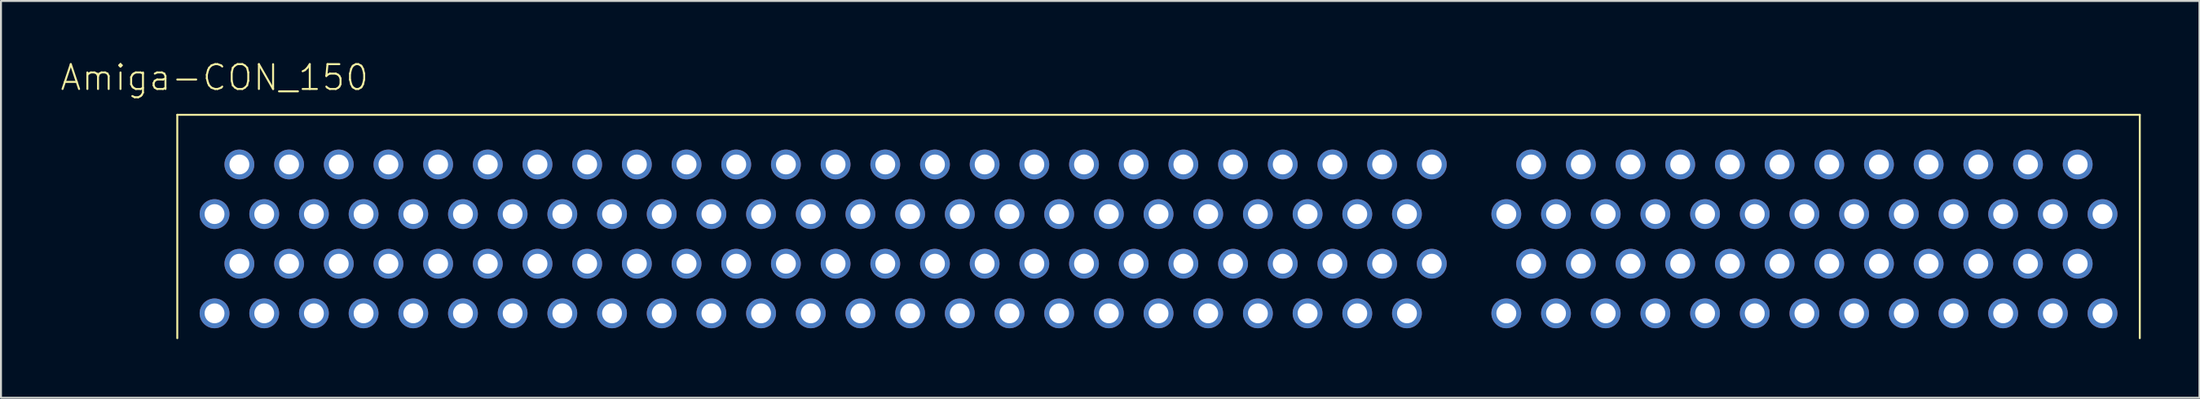
<source format=kicad_pcb>
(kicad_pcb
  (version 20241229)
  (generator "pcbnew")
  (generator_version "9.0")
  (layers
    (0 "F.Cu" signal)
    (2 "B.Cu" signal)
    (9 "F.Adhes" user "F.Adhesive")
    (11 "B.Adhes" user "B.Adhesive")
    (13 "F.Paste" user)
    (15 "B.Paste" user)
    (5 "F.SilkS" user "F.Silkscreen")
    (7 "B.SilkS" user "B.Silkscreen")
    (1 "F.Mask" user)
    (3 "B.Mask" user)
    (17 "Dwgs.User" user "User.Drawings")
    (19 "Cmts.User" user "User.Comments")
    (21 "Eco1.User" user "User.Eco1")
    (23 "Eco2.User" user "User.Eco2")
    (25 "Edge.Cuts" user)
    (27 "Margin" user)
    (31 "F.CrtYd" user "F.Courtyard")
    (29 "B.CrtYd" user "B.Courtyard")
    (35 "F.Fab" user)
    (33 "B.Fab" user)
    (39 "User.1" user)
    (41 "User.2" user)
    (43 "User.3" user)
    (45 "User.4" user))
  (footprint "Amiga-CON_150"
    (layer "F.Cu")
    (at 72.053 9.176)
    (property "Reference" "Amiga-CON_150" (at -64.135 -8.255 0) (layer "F.SilkS") (effects (font (size 1.27 1.27) (thickness 0.102))))
    (attr exclude_from_pos_files exclude_from_bom)
    (fp_line (start -66.04 -6.35) (end -66.04 5.08) (stroke (width 0.1) (type solid)) (layer "F.SilkS"))
    (fp_line (start -66.04 -6.35) (end 34.29 -6.35) (stroke (width 0.1) (type solid)) (layer "F.SilkS"))
    (fp_line (start 34.29 -6.35) (end 34.29 5.08) (stroke (width 0.1) (type solid)) (layer "F.SilkS"))
    (pad "P$1" thru_hole circle (at 32.385 3.81) (size 1.524 1.524) (drill 1.016) (layers "*.Cu" "*.Paste" "*.Mask"))
    (pad "P$2" thru_hole circle (at 32.385 -1.27) (size 1.524 1.524) (drill 1.016) (layers "*.Cu" "*.Paste" "*.Mask"))
    (pad "P$3" thru_hole circle (at 31.115 1.27) (size 1.524 1.524) (drill 1.016) (layers "*.Cu" "*.Paste" "*.Mask"))
    (pad "P$4" thru_hole circle (at 31.115 -3.81) (size 1.524 1.524) (drill 1.016) (layers "*.Cu" "*.Paste" "*.Mask"))
    (pad "P$5" thru_hole circle (at 29.845 3.81) (size 1.524 1.524) (drill 1.016) (layers "*.Cu" "*.Paste" "*.Mask"))
    (pad "P$6" thru_hole circle (at 29.845 -1.27) (size 1.524 1.524) (drill 1.016) (layers "*.Cu" "*.Paste" "*.Mask"))
    (pad "P$7" thru_hole circle (at 28.575 1.27) (size 1.524 1.524) (drill 1.016) (layers "*.Cu" "*.Paste" "*.Mask"))
    (pad "P$8" thru_hole circle (at 28.575 -3.81) (size 1.524 1.524) (drill 1.016) (layers "*.Cu" "*.Paste" "*.Mask"))
    (pad "P$9" thru_hole circle (at 27.305 3.81) (size 1.524 1.524) (drill 1.016) (layers "*.Cu" "*.Paste" "*.Mask"))
    (pad "P$10" thru_hole circle (at 27.305 -1.27) (size 1.524 1.524) (drill 1.016) (layers "*.Cu" "*.Paste" "*.Mask"))
    (pad "P$11" thru_hole circle (at 26.035 1.27) (size 1.524 1.524) (drill 1.016) (layers "*.Cu" "*.Paste" "*.Mask"))
    (pad "P$12" thru_hole circle (at 26.035 -3.81) (size 1.524 1.524) (drill 1.016) (layers "*.Cu" "*.Paste" "*.Mask"))
    (pad "P$13" thru_hole circle (at 24.765 3.81) (size 1.524 1.524) (drill 1.016) (layers "*.Cu" "*.Paste" "*.Mask"))
    (pad "P$14" thru_hole circle (at 24.765 -1.27) (size 1.524 1.524) (drill 1.016) (layers "*.Cu" "*.Paste" "*.Mask"))
    (pad "P$15" thru_hole circle (at 23.495 1.27) (size 1.524 1.524) (drill 1.016) (layers "*.Cu" "*.Paste" "*.Mask"))
    (pad "P$16" thru_hole circle (at 23.495 -3.81) (size 1.524 1.524) (drill 1.016) (layers "*.Cu" "*.Paste" "*.Mask"))
    (pad "P$17" thru_hole circle (at 22.225 3.81) (size 1.524 1.524) (drill 1.016) (layers "*.Cu" "*.Paste" "*.Mask"))
    (pad "P$18" thru_hole circle (at 22.225 -1.27) (size 1.524 1.524) (drill 1.016) (layers "*.Cu" "*.Paste" "*.Mask"))
    (pad "P$19" thru_hole circle (at 20.955 1.27) (size 1.524 1.524) (drill 1.016) (layers "*.Cu" "*.Paste" "*.Mask"))
    (pad "P$20" thru_hole circle (at 20.955 -3.81) (size 1.524 1.524) (drill 1.016) (layers "*.Cu" "*.Paste" "*.Mask"))
    (pad "P$21" thru_hole circle (at 19.685 3.81) (size 1.524 1.524) (drill 1.016) (layers "*.Cu" "*.Paste" "*.Mask"))
    (pad "P$22" thru_hole circle (at 19.685 -1.27) (size 1.524 1.524) (drill 1.016) (layers "*.Cu" "*.Paste" "*.Mask"))
    (pad "P$23" thru_hole circle (at 18.415 1.27) (size 1.524 1.524) (drill 1.016) (layers "*.Cu" "*.Paste" "*.Mask"))
    (pad "P$24" thru_hole circle (at 18.415 -3.81) (size 1.524 1.524) (drill 1.016) (layers "*.Cu" "*.Paste" "*.Mask"))
    (pad "P$25" thru_hole circle (at 17.145 3.81) (size 1.524 1.524) (drill 1.016) (layers "*.Cu" "*.Paste" "*.Mask"))
    (pad "P$26" thru_hole circle (at 17.145 -1.27) (size 1.524 1.524) (drill 1.016) (layers "*.Cu" "*.Paste" "*.Mask"))
    (pad "P$27" thru_hole circle (at 15.875 1.27) (size 1.524 1.524) (drill 1.016) (layers "*.Cu" "*.Paste" "*.Mask"))
    (pad "P$28" thru_hole circle (at 15.875 -3.81) (size 1.524 1.524) (drill 1.016) (layers "*.Cu" "*.Paste" "*.Mask"))
    (pad "P$29" thru_hole circle (at 14.605 3.81) (size 1.524 1.524) (drill 1.016) (layers "*.Cu" "*.Paste" "*.Mask"))
    (pad "P$30" thru_hole circle (at 14.605 -1.27) (size 1.524 1.524) (drill 1.016) (layers "*.Cu" "*.Paste" "*.Mask"))
    (pad "P$31" thru_hole circle (at 13.335 1.27) (size 1.524 1.524) (drill 1.016) (layers "*.Cu" "*.Paste" "*.Mask"))
    (pad "P$32" thru_hole circle (at 13.335 -3.81) (size 1.524 1.524) (drill 1.016) (layers "*.Cu" "*.Paste" "*.Mask"))
    (pad "P$33" thru_hole circle (at 12.065 3.81) (size 1.524 1.524) (drill 1.016) (layers "*.Cu" "*.Paste" "*.Mask"))
    (pad "P$34" thru_hole circle (at 12.065 -1.27) (size 1.524 1.524) (drill 1.016) (layers "*.Cu" "*.Paste" "*.Mask"))
    (pad "P$35" thru_hole circle (at 10.795 1.27) (size 1.524 1.524) (drill 1.016) (layers "*.Cu" "*.Paste" "*.Mask"))
    (pad "P$36" thru_hole circle (at 10.795 -3.81) (size 1.524 1.524) (drill 1.016) (layers "*.Cu" "*.Paste" "*.Mask"))
    (pad "P$37" thru_hole circle (at 9.525 3.81) (size 1.524 1.524) (drill 1.016) (layers "*.Cu" "*.Paste" "*.Mask"))
    (pad "P$38" thru_hole circle (at 9.525 -1.27) (size 1.524 1.524) (drill 1.016) (layers "*.Cu" "*.Paste" "*.Mask"))
    (pad "P$39" thru_hole circle (at 8.255 1.27) (size 1.524 1.524) (drill 1.016) (layers "*.Cu" "*.Paste" "*.Mask"))
    (pad "P$40" thru_hole circle (at 8.255 -3.81) (size 1.524 1.524) (drill 1.016) (layers "*.Cu" "*.Paste" "*.Mask"))
    (pad "P$41" thru_hole circle (at 6.985 3.81) (size 1.524 1.524) (drill 1.016) (layers "*.Cu" "*.Paste" "*.Mask"))
    (pad "P$42" thru_hole circle (at 6.985 -1.27) (size 1.524 1.524) (drill 1.016) (layers "*.Cu" "*.Paste" "*.Mask"))
    (pad "P$43" thru_hole circle (at 5.715 1.27) (size 1.524 1.524) (drill 1.016) (layers "*.Cu" "*.Paste" "*.Mask"))
    (pad "P$44" thru_hole circle (at 5.715 -3.81) (size 1.524 1.524) (drill 1.016) (layers "*.Cu" "*.Paste" "*.Mask"))
    (pad "P$45" thru_hole circle (at 4.445 3.81) (size 1.524 1.524) (drill 1.016) (layers "*.Cu" "*.Paste" "*.Mask"))
    (pad "P$46" thru_hole circle (at 4.445 -1.27) (size 1.524 1.524) (drill 1.016) (layers "*.Cu" "*.Paste" "*.Mask"))
    (pad "P$47" thru_hole circle (at 3.175 1.27) (size 1.524 1.524) (drill 1.016) (layers "*.Cu" "*.Paste" "*.Mask"))
    (pad "P$48" thru_hole circle (at 3.175 -3.81) (size 1.524 1.524) (drill 1.016) (layers "*.Cu" "*.Paste" "*.Mask"))
    (pad "P$49" thru_hole circle (at 1.905 3.81) (size 1.524 1.524) (drill 1.016) (layers "*.Cu" "*.Paste" "*.Mask"))
    (pad "P$50" thru_hole circle (at 1.905 -1.27) (size 1.524 1.524) (drill 1.016) (layers "*.Cu" "*.Paste" "*.Mask"))
    (pad "P$51" thru_hole circle (at -1.905 1.27) (size 1.524 1.524) (drill 1.016) (layers "*.Cu" "*.Paste" "*.Mask"))
    (pad "P$52" thru_hole circle (at -1.905 -3.81) (size 1.524 1.524) (drill 1.016) (layers "*.Cu" "*.Paste" "*.Mask"))
    (pad "P$53" thru_hole circle (at -3.175 3.81) (size 1.524 1.524) (drill 1.016) (layers "*.Cu" "*.Paste" "*.Mask"))
    (pad "P$54" thru_hole circle (at -3.175 -1.27) (size 1.524 1.524) (drill 1.016) (layers "*.Cu" "*.Paste" "*.Mask"))
    (pad "P$55" thru_hole circle (at -4.445 1.27) (size 1.524 1.524) (drill 1.016) (layers "*.Cu" "*.Paste" "*.Mask"))
    (pad "P$56" thru_hole circle (at -4.445 -3.81) (size 1.524 1.524) (drill 1.016) (layers "*.Cu" "*.Paste" "*.Mask"))
    (pad "P$57" thru_hole circle (at -5.715 3.81) (size 1.524 1.524) (drill 1.016) (layers "*.Cu" "*.Paste" "*.Mask"))
    (pad "P$58" thru_hole circle (at -5.715 -1.27) (size 1.524 1.524) (drill 1.016) (layers "*.Cu" "*.Paste" "*.Mask"))
    (pad "P$59" thru_hole circle (at -6.985 1.27) (size 1.524 1.524) (drill 1.016) (layers "*.Cu" "*.Paste" "*.Mask"))
    (pad "P$60" thru_hole circle (at -6.985 -3.81) (size 1.524 1.524) (drill 1.016) (layers "*.Cu" "*.Paste" "*.Mask"))
    (pad "P$61" thru_hole circle (at -8.255 3.81) (size 1.524 1.524) (drill 1.016) (layers "*.Cu" "*.Paste" "*.Mask"))
    (pad "P$62" thru_hole circle (at -8.255 -1.27) (size 1.524 1.524) (drill 1.016) (layers "*.Cu" "*.Paste" "*.Mask"))
    (pad "P$63" thru_hole circle (at -9.525 1.27) (size 1.524 1.524) (drill 1.016) (layers "*.Cu" "*.Paste" "*.Mask"))
    (pad "P$64" thru_hole circle (at -9.525 -3.81) (size 1.524 1.524) (drill 1.016) (layers "*.Cu" "*.Paste" "*.Mask"))
    (pad "P$65" thru_hole circle (at -10.795 3.81) (size 1.524 1.524) (drill 1.016) (layers "*.Cu" "*.Paste" "*.Mask"))
    (pad "P$66" thru_hole circle (at -10.795 -1.27) (size 1.524 1.524) (drill 1.016) (layers "*.Cu" "*.Paste" "*.Mask"))
    (pad "P$67" thru_hole circle (at -12.065 1.27) (size 1.524 1.524) (drill 1.016) (layers "*.Cu" "*.Paste" "*.Mask"))
    (pad "P$68" thru_hole circle (at -12.065 -3.81) (size 1.524 1.524) (drill 1.016) (layers "*.Cu" "*.Paste" "*.Mask"))
    (pad "P$69" thru_hole circle (at -13.335 3.81) (size 1.524 1.524) (drill 1.016) (layers "*.Cu" "*.Paste" "*.Mask"))
    (pad "P$70" thru_hole circle (at -13.335 -1.27) (size 1.524 1.524) (drill 1.016) (layers "*.Cu" "*.Paste" "*.Mask"))
    (pad "P$71" thru_hole circle (at -14.605 1.27) (size 1.524 1.524) (drill 1.016) (layers "*.Cu" "*.Paste" "*.Mask"))
    (pad "P$72" thru_hole circle (at -14.605 -3.81) (size 1.524 1.524) (drill 1.016) (layers "*.Cu" "*.Paste" "*.Mask"))
    (pad "P$73" thru_hole circle (at -15.875 3.81) (size 1.524 1.524) (drill 1.016) (layers "*.Cu" "*.Paste" "*.Mask"))
    (pad "P$74" thru_hole circle (at -15.875 -1.27) (size 1.524 1.524) (drill 1.016) (layers "*.Cu" "*.Paste" "*.Mask"))
    (pad "P$75" thru_hole circle (at -17.145 1.27) (size 1.524 1.524) (drill 1.016) (layers "*.Cu" "*.Paste" "*.Mask"))
    (pad "P$76" thru_hole circle (at -17.145 -3.81) (size 1.524 1.524) (drill 1.016) (layers "*.Cu" "*.Paste" "*.Mask"))
    (pad "P$77" thru_hole circle (at -18.415 3.81) (size 1.524 1.524) (drill 1.016) (layers "*.Cu" "*.Paste" "*.Mask"))
    (pad "P$78" thru_hole circle (at -18.415 -1.27) (size 1.524 1.524) (drill 1.016) (layers "*.Cu" "*.Paste" "*.Mask"))
    (pad "P$79" thru_hole circle (at -19.685 1.27) (size 1.524 1.524) (drill 1.016) (layers "*.Cu" "*.Paste" "*.Mask"))
    (pad "P$80" thru_hole circle (at -19.685 -3.81) (size 1.524 1.524) (drill 1.016) (layers "*.Cu" "*.Paste" "*.Mask"))
    (pad "P$81" thru_hole circle (at -20.955 3.81) (size 1.524 1.524) (drill 1.016) (layers "*.Cu" "*.Paste" "*.Mask"))
    (pad "P$82" thru_hole circle (at -20.955 -1.27) (size 1.524 1.524) (drill 1.016) (layers "*.Cu" "*.Paste" "*.Mask"))
    (pad "P$83" thru_hole circle (at -22.225 1.27) (size 1.524 1.524) (drill 1.016) (layers "*.Cu" "*.Paste" "*.Mask"))
    (pad "P$84" thru_hole circle (at -22.225 -3.81) (size 1.524 1.524) (drill 1.016) (layers "*.Cu" "*.Paste" "*.Mask"))
    (pad "P$85" thru_hole circle (at -23.495 3.81) (size 1.524 1.524) (drill 1.016) (layers "*.Cu" "*.Paste" "*.Mask"))
    (pad "P$86" thru_hole circle (at -23.495 -1.27) (size 1.524 1.524) (drill 1.016) (layers "*.Cu" "*.Paste" "*.Mask"))
    (pad "P$87" thru_hole circle (at -24.765 1.27) (size 1.524 1.524) (drill 1.016) (layers "*.Cu" "*.Paste" "*.Mask"))
    (pad "P$88" thru_hole circle (at -24.765 -3.81) (size 1.524 1.524) (drill 1.016) (layers "*.Cu" "*.Paste" "*.Mask"))
    (pad "P$89" thru_hole circle (at -26.035 3.81) (size 1.524 1.524) (drill 1.016) (layers "*.Cu" "*.Paste" "*.Mask"))
    (pad "P$90" thru_hole circle (at -26.035 -1.27) (size 1.524 1.524) (drill 1.016) (layers "*.Cu" "*.Paste" "*.Mask"))
    (pad "P$91" thru_hole circle (at -27.305 1.27) (size 1.524 1.524) (drill 1.016) (layers "*.Cu" "*.Paste" "*.Mask"))
    (pad "P$92" thru_hole circle (at -27.305 -3.81) (size 1.524 1.524) (drill 1.016) (layers "*.Cu" "*.Paste" "*.Mask"))
    (pad "P$93" thru_hole circle (at -28.575 3.81) (size 1.524 1.524) (drill 1.016) (layers "*.Cu" "*.Paste" "*.Mask"))
    (pad "P$94" thru_hole circle (at -28.575 -1.27) (size 1.524 1.524) (drill 1.016) (layers "*.Cu" "*.Paste" "*.Mask"))
    (pad "P$95" thru_hole circle (at -29.845 1.27) (size 1.524 1.524) (drill 1.016) (layers "*.Cu" "*.Paste" "*.Mask"))
    (pad "P$96" thru_hole circle (at -29.845 -3.81) (size 1.524 1.524) (drill 1.016) (layers "*.Cu" "*.Paste" "*.Mask"))
    (pad "P$97" thru_hole circle (at -31.115 3.81) (size 1.524 1.524) (drill 1.016) (layers "*.Cu" "*.Paste" "*.Mask"))
    (pad "P$98" thru_hole circle (at -31.115 -1.27) (size 1.524 1.524) (drill 1.016) (layers "*.Cu" "*.Paste" "*.Mask"))
    (pad "P$99" thru_hole circle (at -32.385 1.27) (size 1.524 1.524) (drill 1.016) (layers "*.Cu" "*.Paste" "*.Mask"))
    (pad "P$100" thru_hole circle (at -32.385 -3.81) (size 1.524 1.524) (drill 1.016) (layers "*.Cu" "*.Paste" "*.Mask"))
    (pad "P$101" thru_hole circle (at -33.655 3.81) (size 1.524 1.524) (drill 1.016) (layers "*.Cu" "*.Paste" "*.Mask"))
    (pad "P$102" thru_hole circle (at -33.655 -1.27) (size 1.524 1.524) (drill 1.016) (layers "*.Cu" "*.Paste" "*.Mask"))
    (pad "P$103" thru_hole circle (at -34.925 1.27) (size 1.524 1.524) (drill 1.016) (layers "*.Cu" "*.Paste" "*.Mask"))
    (pad "P$104" thru_hole circle (at -34.925 -3.81) (size 1.524 1.524) (drill 1.016) (layers "*.Cu" "*.Paste" "*.Mask"))
    (pad "P$105" thru_hole circle (at -36.195 3.81) (size 1.524 1.524) (drill 1.016) (layers "*.Cu" "*.Paste" "*.Mask"))
    (pad "P$106" thru_hole circle (at -36.195 -1.27) (size 1.524 1.524) (drill 1.016) (layers "*.Cu" "*.Paste" "*.Mask"))
    (pad "P$107" thru_hole circle (at -37.465 1.27) (size 1.524 1.524) (drill 1.016) (layers "*.Cu" "*.Paste" "*.Mask"))
    (pad "P$108" thru_hole circle (at -37.465 -3.81) (size 1.524 1.524) (drill 1.016) (layers "*.Cu" "*.Paste" "*.Mask"))
    (pad "P$109" thru_hole circle (at -38.735 3.81) (size 1.524 1.524) (drill 1.016) (layers "*.Cu" "*.Paste" "*.Mask"))
    (pad "P$110" thru_hole circle (at -38.735 -1.27) (size 1.524 1.524) (drill 1.016) (layers "*.Cu" "*.Paste" "*.Mask"))
    (pad "P$111" thru_hole circle (at -40.005 1.27) (size 1.524 1.524) (drill 1.016) (layers "*.Cu" "*.Paste" "*.Mask"))
    (pad "P$112" thru_hole circle (at -40.005 -3.81) (size 1.524 1.524) (drill 1.016) (layers "*.Cu" "*.Paste" "*.Mask"))
    (pad "P$113" thru_hole circle (at -41.275 3.81) (size 1.524 1.524) (drill 1.016) (layers "*.Cu" "*.Paste" "*.Mask"))
    (pad "P$114" thru_hole circle (at -41.275 -1.27) (size 1.524 1.524) (drill 1.016) (layers "*.Cu" "*.Paste" "*.Mask"))
    (pad "P$115" thru_hole circle (at -42.545 1.27) (size 1.524 1.524) (drill 1.016) (layers "*.Cu" "*.Paste" "*.Mask"))
    (pad "P$116" thru_hole circle (at -42.545 -3.81) (size 1.524 1.524) (drill 1.016) (layers "*.Cu" "*.Paste" "*.Mask"))
    (pad "P$117" thru_hole circle (at -43.815 3.81) (size 1.524 1.524) (drill 1.016) (layers "*.Cu" "*.Paste" "*.Mask"))
    (pad "P$118" thru_hole circle (at -43.815 -1.27) (size 1.524 1.524) (drill 1.016) (layers "*.Cu" "*.Paste" "*.Mask"))
    (pad "P$119" thru_hole circle (at -45.085 1.27) (size 1.524 1.524) (drill 1.016) (layers "*.Cu" "*.Paste" "*.Mask"))
    (pad "P$120" thru_hole circle (at -45.085 -3.81) (size 1.524 1.524) (drill 1.016) (layers "*.Cu" "*.Paste" "*.Mask"))
    (pad "P$121" thru_hole circle (at -46.355 3.81) (size 1.524 1.524) (drill 1.016) (layers "*.Cu" "*.Paste" "*.Mask"))
    (pad "P$122" thru_hole circle (at -46.355 -1.27) (size 1.524 1.524) (drill 1.016) (layers "*.Cu" "*.Paste" "*.Mask"))
    (pad "P$123" thru_hole circle (at -47.625 1.27) (size 1.524 1.524) (drill 1.016) (layers "*.Cu" "*.Paste" "*.Mask"))
    (pad "P$124" thru_hole circle (at -47.625 -3.81) (size 1.524 1.524) (drill 1.016) (layers "*.Cu" "*.Paste" "*.Mask"))
    (pad "P$125" thru_hole circle (at -48.895 3.81) (size 1.524 1.524) (drill 1.016) (layers "*.Cu" "*.Paste" "*.Mask"))
    (pad "P$126" thru_hole circle (at -48.895 -1.27) (size 1.524 1.524) (drill 1.016) (layers "*.Cu" "*.Paste" "*.Mask"))
    (pad "P$127" thru_hole circle (at -50.165 1.27) (size 1.524 1.524) (drill 1.016) (layers "*.Cu" "*.Paste" "*.Mask"))
    (pad "P$128" thru_hole circle (at -50.165 -3.81) (size 1.524 1.524) (drill 1.016) (layers "*.Cu" "*.Paste" "*.Mask"))
    (pad "P$129" thru_hole circle (at -51.435 3.81) (size 1.524 1.524) (drill 1.016) (layers "*.Cu" "*.Paste" "*.Mask"))
    (pad "P$130" thru_hole circle (at -51.435 -1.27) (size 1.524 1.524) (drill 1.016) (layers "*.Cu" "*.Paste" "*.Mask"))
    (pad "P$131" thru_hole circle (at -52.705 1.27) (size 1.524 1.524) (drill 1.016) (layers "*.Cu" "*.Paste" "*.Mask"))
    (pad "P$132" thru_hole circle (at -52.705 -3.81) (size 1.524 1.524) (drill 1.016) (layers "*.Cu" "*.Paste" "*.Mask"))
    (pad "P$133" thru_hole circle (at -53.975 3.81) (size 1.524 1.524) (drill 1.016) (layers "*.Cu" "*.Paste" "*.Mask"))
    (pad "P$134" thru_hole circle (at -53.975 -1.27) (size 1.524 1.524) (drill 1.016) (layers "*.Cu" "*.Paste" "*.Mask"))
    (pad "P$135" thru_hole circle (at -55.245 1.27) (size 1.524 1.524) (drill 1.016) (layers "*.Cu" "*.Paste" "*.Mask"))
    (pad "P$136" thru_hole circle (at -55.245 -3.81) (size 1.524 1.524) (drill 1.016) (layers "*.Cu" "*.Paste" "*.Mask"))
    (pad "P$137" thru_hole circle (at -56.515 3.81) (size 1.524 1.524) (drill 1.016) (layers "*.Cu" "*.Paste" "*.Mask"))
    (pad "P$138" thru_hole circle (at -56.515 -1.27) (size 1.524 1.524) (drill 1.016) (layers "*.Cu" "*.Paste" "*.Mask"))
    (pad "P$139" thru_hole circle (at -57.785 1.27) (size 1.524 1.524) (drill 1.016) (layers "*.Cu" "*.Paste" "*.Mask"))
    (pad "P$140" thru_hole circle (at -57.785 -3.81) (size 1.524 1.524) (drill 1.016) (layers "*.Cu" "*.Paste" "*.Mask"))
    (pad "P$141" thru_hole circle (at -59.055 3.81) (size 1.524 1.524) (drill 1.016) (layers "*.Cu" "*.Paste" "*.Mask"))
    (pad "P$142" thru_hole circle (at -59.055 -1.27) (size 1.524 1.524) (drill 1.016) (layers "*.Cu" "*.Paste" "*.Mask"))
    (pad "P$143" thru_hole circle (at -60.325 1.27) (size 1.524 1.524) (drill 1.016) (layers "*.Cu" "*.Paste" "*.Mask"))
    (pad "P$144" thru_hole circle (at -60.325 -3.81) (size 1.524 1.524) (drill 1.016) (layers "*.Cu" "*.Paste" "*.Mask"))
    (pad "P$145" thru_hole circle (at -61.595 3.81) (size 1.524 1.524) (drill 1.016) (layers "*.Cu" "*.Paste" "*.Mask"))
    (pad "P$146" thru_hole circle (at -61.595 -1.27) (size 1.524 1.524) (drill 1.016) (layers "*.Cu" "*.Paste" "*.Mask"))
    (pad "P$147" thru_hole circle (at -62.865 1.27) (size 1.524 1.524) (drill 1.016) (layers "*.Cu" "*.Paste" "*.Mask"))
    (pad "P$148" thru_hole circle (at -62.865 -3.81) (size 1.524 1.524) (drill 1.016) (layers "*.Cu" "*.Paste" "*.Mask"))
    (pad "P$149" thru_hole circle (at -64.135 3.81) (size 1.524 1.524) (drill 1.016) (layers "*.Cu" "*.Paste" "*.Mask"))
    (pad "P$150" thru_hole circle (at -64.135 -1.27) (size 1.524 1.524) (drill 1.016) (layers "*.Cu" "*.Paste" "*.Mask")))
  (gr_rect
    (start -3 -3)
    (end 109.393 17.306)
    (stroke (width 0.1) (type default))
    (fill no)
    (layer "Edge.Cuts")))
</source>
